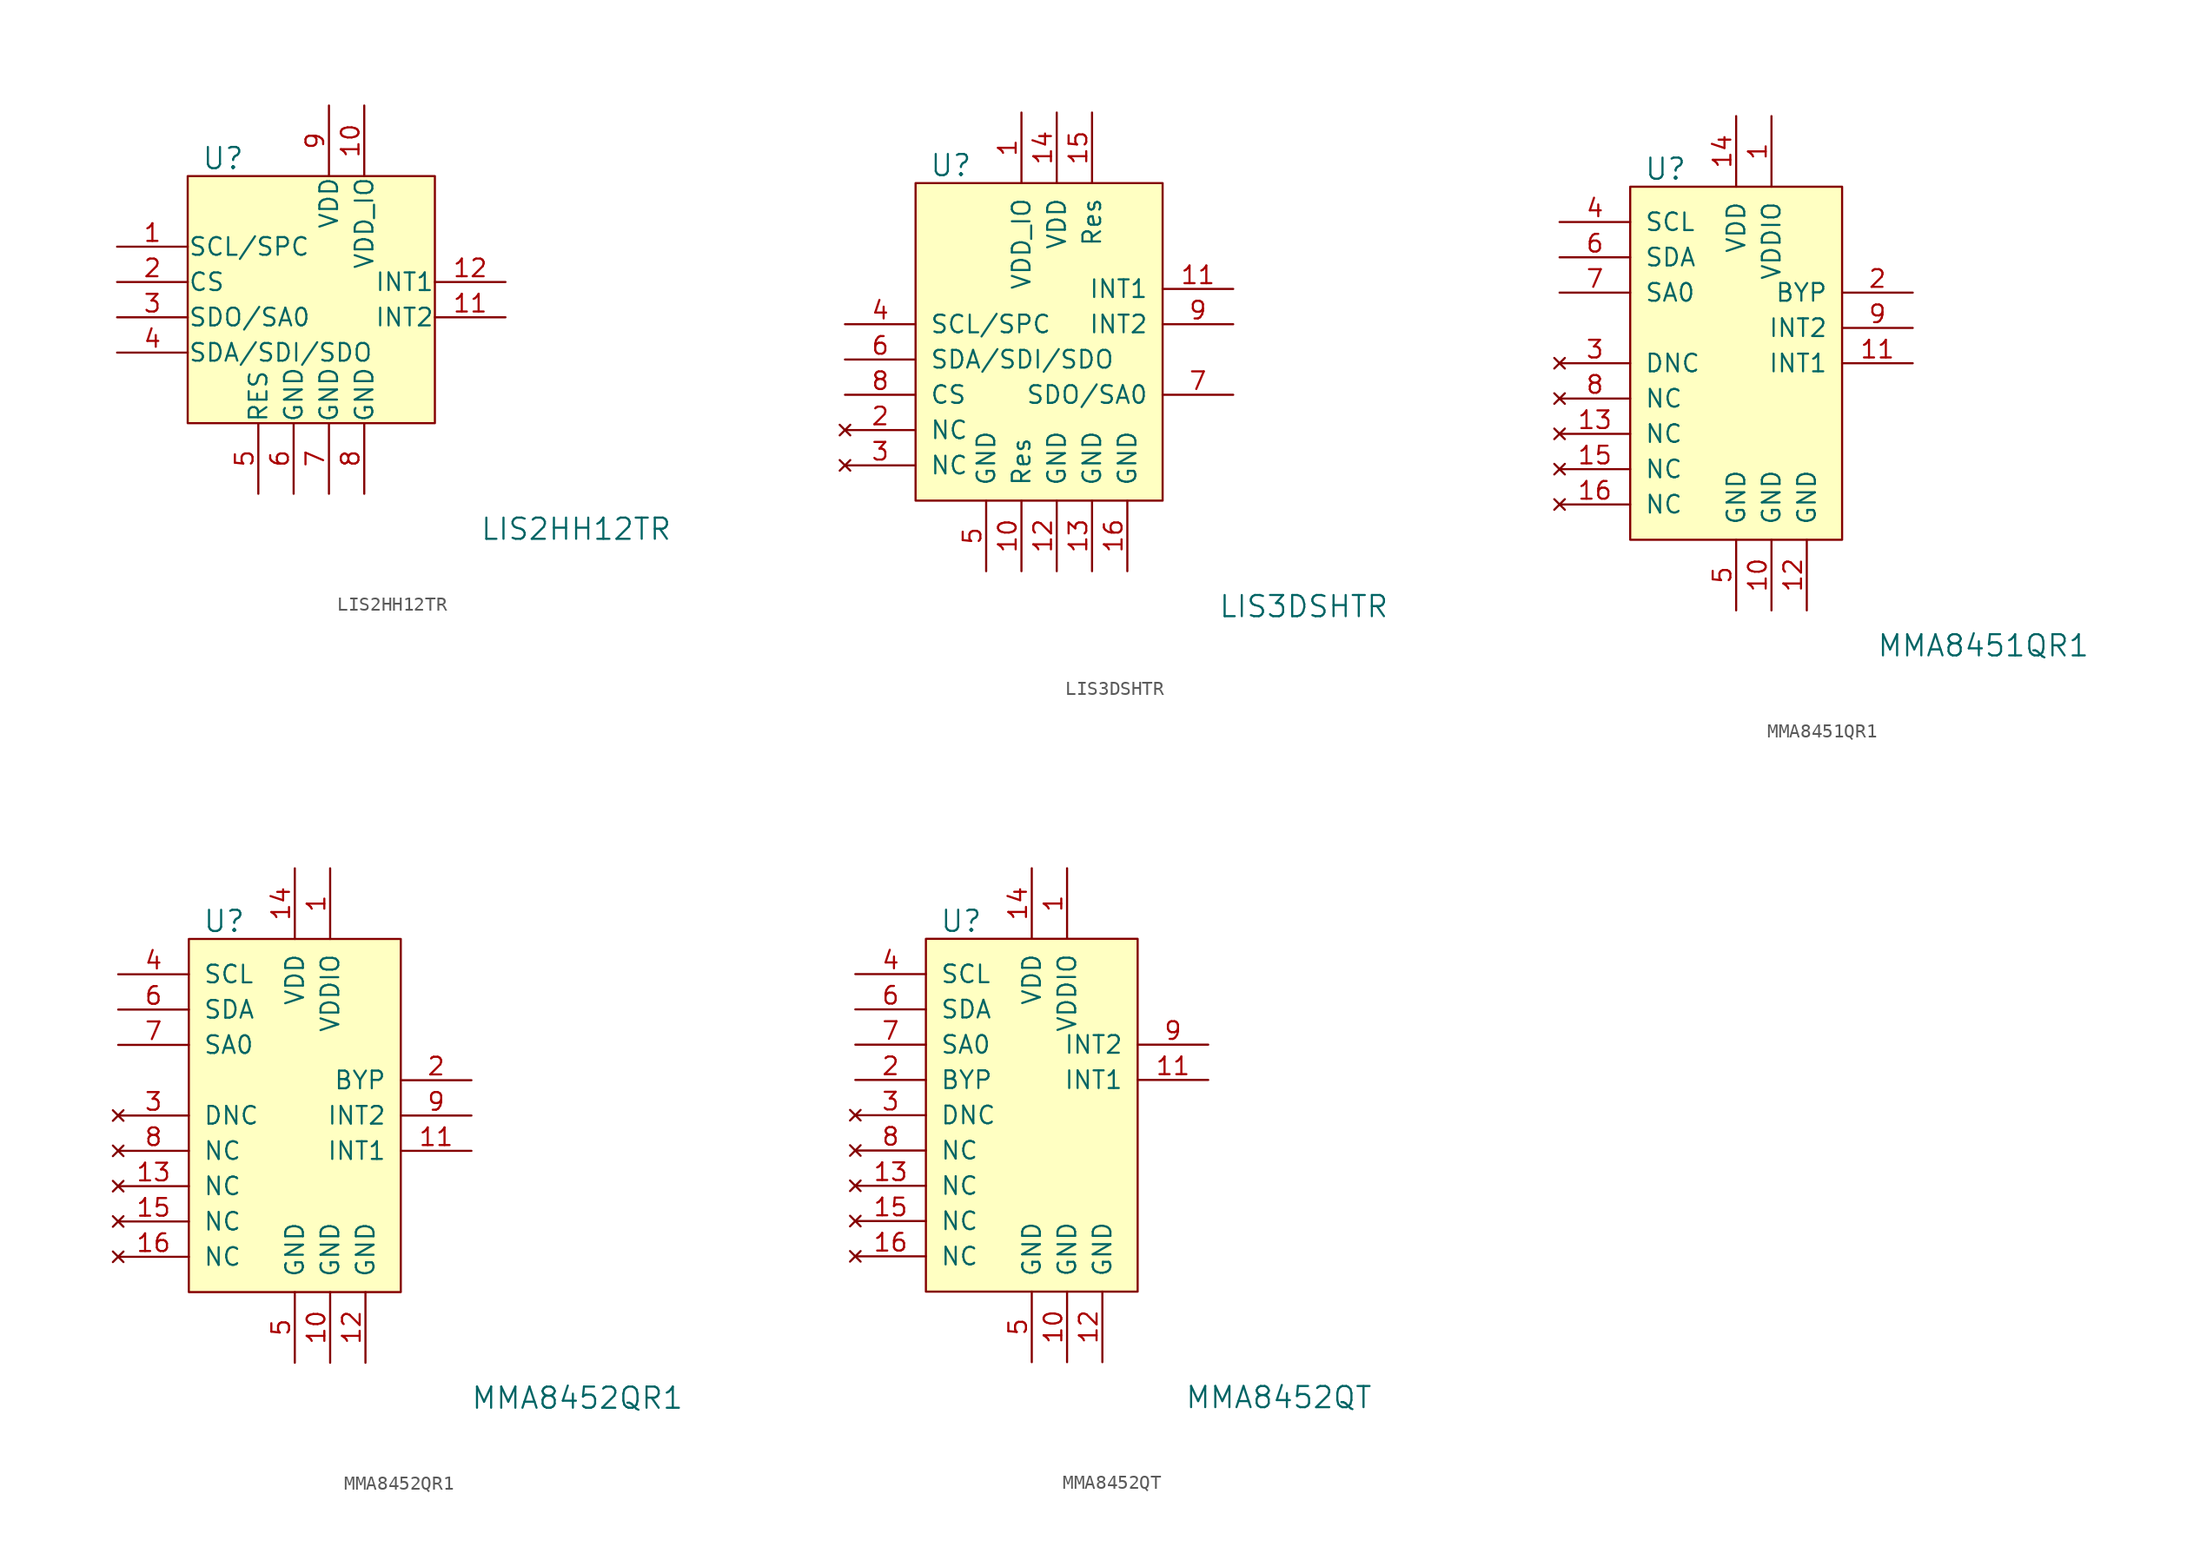
<source format=kicad_sym>
(kicad_symbol_lib
  (version 20231120)
  (generator "kicad_symbol_editor")
  (generator_version "8.0")
  (symbol "LIS2HH12TR"
    (pin_names
      (offset 0.025))
    (property "Reference" "U"
      (at -7.62 8.89 0)
      (effects (font (size 1.524 1.524))))
    (property "Value" "LIS2HH12TR"
      (at 17.78 -17.78 0)
      (effects (font (size 1.524 1.524))))
    (symbol "LIS2HH12TR_0_1"
      (rectangle (start -10.16 7.62) (end 7.62 -10.16) (stroke (width 0) (type default)) (fill (type background))))
    (symbol "LIS2HH12TR_1_1"
      (pin input line (at -15.24 2.54 0) (length 5.08) (name "SCL/SPC" (effects (font (size 1.27 1.27)))) (number "1" (effects (font (size 1.27 1.27)))))
      (pin power_in line (at 2.54 12.7 270) (length 5.08) (name "VDD_IO" (effects (font (size 1.27 1.27)))) (number "10" (effects (font (size 1.27 1.27)))))
      (pin output line (at 12.7 -2.54 180) (length 5.08) (name "INT2" (effects (font (size 1.27 1.27)))) (number "11" (effects (font (size 1.27 1.27)))))
      (pin output line (at 12.7 0 180) (length 5.08) (name "INT1" (effects (font (size 1.27 1.27)))) (number "12" (effects (font (size 1.27 1.27)))))
      (pin input line (at -15.24 0 0) (length 5.08) (name "CS" (effects (font (size 1.27 1.27)))) (number "2" (effects (font (size 1.27 1.27)))))
      (pin bidirectional line (at -15.24 -2.54 0) (length 5.08) (name "SDO/SA0" (effects (font (size 1.27 1.27)))) (number "3" (effects (font (size 1.27 1.27)))))
      (pin bidirectional line (at -15.24 -5.08 0) (length 5.08) (name "SDA/SDI/SDO" (effects (font (size 1.27 1.27)))) (number "4" (effects (font (size 1.27 1.27)))))
      (pin power_in line (at -5.08 -15.24 90) (length 5.08) (name "RES" (effects (font (size 1.27 1.27)))) (number "5" (effects (font (size 1.27 1.27)))))
      (pin power_in line (at -2.54 -15.24 90) (length 5.08) (name "GND" (effects (font (size 1.27 1.27)))) (number "6" (effects (font (size 1.27 1.27)))))
      (pin power_in line (at 0 -15.24 90) (length 5.08) (name "GND" (effects (font (size 1.27 1.27)))) (number "7" (effects (font (size 1.27 1.27)))))
      (pin power_in line (at 2.54 -15.24 90) (length 5.08) (name "GND" (effects (font (size 1.27 1.27)))) (number "8" (effects (font (size 1.27 1.27)))))
      (pin power_in line (at 0 12.7 270) (length 5.08) (name "VDD" (effects (font (size 1.27 1.27)))) (number "9" (effects (font (size 1.27 1.27)))))))
  (symbol "LIS3DSHTR"
    (pin_names
      (offset 1.016))
    (property "Reference" "U"
      (at -7.62 13.97 0)
      (effects (font (size 1.524 1.524))))
    (property "Value" "LIS3DSHTR"
      (at 17.78 -17.78 0)
      (effects (font (size 1.524 1.524))))
    (symbol "LIS3DSHTR_0_1"
      (rectangle (start -10.16 12.7) (end 7.62 -10.16) (stroke (width 0) (type default)) (fill (type background))))
    (symbol "LIS3DSHTR_1_1"
      (pin power_in line (at -2.54 17.78 270) (length 5.08) (name "VDD_IO" (effects (font (size 1.27 1.27)))) (number "1" (effects (font (size 1.27 1.27)))))
      (pin power_in line (at -2.54 -15.24 90) (length 5.08) (name "Res" (effects (font (size 1.27 1.27)))) (number "10" (effects (font (size 1.27 1.27)))))
      (pin output line (at 12.7 5.08 180) (length 5.08) (name "INT1" (effects (font (size 1.27 1.27)))) (number "11" (effects (font (size 1.27 1.27)))))
      (pin power_in line (at 0 -15.24 90) (length 5.08) (name "GND" (effects (font (size 1.27 1.27)))) (number "12" (effects (font (size 1.27 1.27)))))
      (pin power_in line (at 2.54 -15.24 90) (length 5.08) (name "GND" (effects (font (size 1.27 1.27)))) (number "13" (effects (font (size 1.27 1.27)))))
      (pin power_in line (at 0 17.78 270) (length 5.08) (name "VDD" (effects (font (size 1.27 1.27)))) (number "14" (effects (font (size 1.27 1.27)))))
      (pin power_in line (at 2.54 17.78 270) (length 5.08) (name "Res" (effects (font (size 1.27 1.27)))) (number "15" (effects (font (size 1.27 1.27)))))
      (pin power_in line (at 5.08 -15.24 90) (length 5.08) (name "GND" (effects (font (size 1.27 1.27)))) (number "16" (effects (font (size 1.27 1.27)))))
      (pin no_connect line (at -15.24 -5.08 0) (length 5.08) (name "NC" (effects (font (size 1.27 1.27)))) (number "2" (effects (font (size 1.27 1.27)))))
      (pin no_connect line (at -15.24 -7.62 0) (length 5.08) (name "NC" (effects (font (size 1.27 1.27)))) (number "3" (effects (font (size 1.27 1.27)))))
      (pin input line (at -15.24 2.54 0) (length 5.08) (name "SCL/SPC" (effects (font (size 1.27 1.27)))) (number "4" (effects (font (size 1.27 1.27)))))
      (pin power_in line (at -5.08 -15.24 90) (length 5.08) (name "GND" (effects (font (size 1.27 1.27)))) (number "5" (effects (font (size 1.27 1.27)))))
      (pin bidirectional line (at -15.24 0 0) (length 5.08) (name "SDA/SDI/SDO" (effects (font (size 1.27 1.27)))) (number "6" (effects (font (size 1.27 1.27)))))
      (pin output line (at 12.7 -2.54 180) (length 5.08) (name "SDO/SA0" (effects (font (size 1.27 1.27)))) (number "7" (effects (font (size 1.27 1.27)))))
      (pin input line (at -15.24 -2.54 0) (length 5.08) (name "CS" (effects (font (size 1.27 1.27)))) (number "8" (effects (font (size 1.27 1.27)))))
      (pin output line (at 12.7 2.54 180) (length 5.08) (name "INT2" (effects (font (size 1.27 1.27)))) (number "9" (effects (font (size 1.27 1.27)))))))
  (symbol "MMA8451QR1"
    (pin_names
      (offset 1.016))
    (property "Reference" "U"
      (at -5.08 13.97 0)
      (effects (font (size 1.524 1.524))))
    (property "Value" "MMA8451QR1"
      (at 17.78 -20.32 0)
      (effects (font (size 1.524 1.524))))
    (symbol "MMA8451QR1_0_1"
      (rectangle (start -7.62 12.7) (end 7.62 -12.7) (stroke (width 0) (type default)) (fill (type background))))
    (symbol "MMA8451QR1_1_1"
      (pin power_in line (at 2.54 17.78 270) (length 5.08) (name "VDDIO" (effects (font (size 1.27 1.27)))) (number "1" (effects (font (size 1.27 1.27)))))
      (pin power_in line (at 2.54 -17.78 90) (length 5.08) (name "GND" (effects (font (size 1.27 1.27)))) (number "10" (effects (font (size 1.27 1.27)))))
      (pin output line (at 12.7 0 180) (length 5.08) (name "INT1" (effects (font (size 1.27 1.27)))) (number "11" (effects (font (size 1.27 1.27)))))
      (pin power_in line (at 5.08 -17.78 90) (length 5.08) (name "GND" (effects (font (size 1.27 1.27)))) (number "12" (effects (font (size 1.27 1.27)))))
      (pin no_connect line (at -12.7 -5.08 0) (length 5.08) (name "NC" (effects (font (size 1.27 1.27)))) (number "13" (effects (font (size 1.27 1.27)))))
      (pin power_in line (at 0 17.78 270) (length 5.08) (name "VDD" (effects (font (size 1.27 1.27)))) (number "14" (effects (font (size 1.27 1.27)))))
      (pin no_connect line (at -12.7 -7.62 0) (length 5.08) (name "NC" (effects (font (size 1.27 1.27)))) (number "15" (effects (font (size 1.27 1.27)))))
      (pin no_connect line (at -12.7 -10.16 0) (length 5.08) (name "NC" (effects (font (size 1.27 1.27)))) (number "16" (effects (font (size 1.27 1.27)))))
      (pin output line (at 12.7 5.08 180) (length 5.08) (name "BYP" (effects (font (size 1.27 1.27)))) (number "2" (effects (font (size 1.27 1.27)))))
      (pin no_connect line (at -12.7 0 0) (length 5.08) (name "DNC" (effects (font (size 1.27 1.27)))) (number "3" (effects (font (size 1.27 1.27)))))
      (pin bidirectional line (at -12.7 10.16 0) (length 5.08) (name "SCL" (effects (font (size 1.27 1.27)))) (number "4" (effects (font (size 1.27 1.27)))))
      (pin power_in line (at 0 -17.78 90) (length 5.08) (name "GND" (effects (font (size 1.27 1.27)))) (number "5" (effects (font (size 1.27 1.27)))))
      (pin bidirectional line (at -12.7 7.62 0) (length 5.08) (name "SDA" (effects (font (size 1.27 1.27)))) (number "6" (effects (font (size 1.27 1.27)))))
      (pin bidirectional line (at -12.7 5.08 0) (length 5.08) (name "SA0" (effects (font (size 1.27 1.27)))) (number "7" (effects (font (size 1.27 1.27)))))
      (pin no_connect line (at -12.7 -2.54 0) (length 5.08) (name "NC" (effects (font (size 1.27 1.27)))) (number "8" (effects (font (size 1.27 1.27)))))
      (pin output line (at 12.7 2.54 180) (length 5.08) (name "INT2" (effects (font (size 1.27 1.27)))) (number "9" (effects (font (size 1.27 1.27)))))))
  (symbol "MMA8452QR1"
    (pin_names
      (offset 1.016))
    (property "Reference" "U"
      (at -5.08 13.97 0)
      (effects (font (size 1.524 1.524))))
    (property "Value" "MMA8452QR1"
      (at 20.32 -20.32 0)
      (effects (font (size 1.524 1.524))))
    (symbol "MMA8452QR1_0_1"
      (rectangle (start -7.62 12.7) (end 7.62 -12.7) (stroke (width 0) (type default)) (fill (type background))))
    (symbol "MMA8452QR1_1_1"
      (pin power_in line (at 2.54 17.78 270) (length 5.08) (name "VDDIO" (effects (font (size 1.27 1.27)))) (number "1" (effects (font (size 1.27 1.27)))))
      (pin power_in line (at 2.54 -17.78 90) (length 5.08) (name "GND" (effects (font (size 1.27 1.27)))) (number "10" (effects (font (size 1.27 1.27)))))
      (pin output line (at 12.7 -2.54 180) (length 5.08) (name "INT1" (effects (font (size 1.27 1.27)))) (number "11" (effects (font (size 1.27 1.27)))))
      (pin power_in line (at 5.08 -17.78 90) (length 5.08) (name "GND" (effects (font (size 1.27 1.27)))) (number "12" (effects (font (size 1.27 1.27)))))
      (pin no_connect line (at -12.7 -5.08 0) (length 5.08) (name "NC" (effects (font (size 1.27 1.27)))) (number "13" (effects (font (size 1.27 1.27)))))
      (pin power_in line (at 0 17.78 270) (length 5.08) (name "VDD" (effects (font (size 1.27 1.27)))) (number "14" (effects (font (size 1.27 1.27)))))
      (pin no_connect line (at -12.7 -7.62 0) (length 5.08) (name "NC" (effects (font (size 1.27 1.27)))) (number "15" (effects (font (size 1.27 1.27)))))
      (pin no_connect line (at -12.7 -10.16 0) (length 5.08) (name "NC" (effects (font (size 1.27 1.27)))) (number "16" (effects (font (size 1.27 1.27)))))
      (pin output line (at 12.7 2.54 180) (length 5.08) (name "BYP" (effects (font (size 1.27 1.27)))) (number "2" (effects (font (size 1.27 1.27)))))
      (pin no_connect line (at -12.7 0 0) (length 5.08) (name "DNC" (effects (font (size 1.27 1.27)))) (number "3" (effects (font (size 1.27 1.27)))))
      (pin bidirectional line (at -12.7 10.16 0) (length 5.08) (name "SCL" (effects (font (size 1.27 1.27)))) (number "4" (effects (font (size 1.27 1.27)))))
      (pin power_in line (at 0 -17.78 90) (length 5.08) (name "GND" (effects (font (size 1.27 1.27)))) (number "5" (effects (font (size 1.27 1.27)))))
      (pin bidirectional line (at -12.7 7.62 0) (length 5.08) (name "SDA" (effects (font (size 1.27 1.27)))) (number "6" (effects (font (size 1.27 1.27)))))
      (pin bidirectional line (at -12.7 5.08 0) (length 5.08) (name "SA0" (effects (font (size 1.27 1.27)))) (number "7" (effects (font (size 1.27 1.27)))))
      (pin no_connect line (at -12.7 -2.54 0) (length 5.08) (name "NC" (effects (font (size 1.27 1.27)))) (number "8" (effects (font (size 1.27 1.27)))))
      (pin power_out line (at 12.7 0 180) (length 5.08) (name "INT2" (effects (font (size 1.27 1.27)))) (number "9" (effects (font (size 1.27 1.27)))))))
  (symbol "MMA8452QT"
    (pin_names
      (offset 1.016))
    (property "Reference" "U"
      (at -5.08 13.97 0)
      (effects (font (size 1.524 1.524))))
    (property "Value" "MMA8452QT"
      (at 17.78 -20.32 0)
      (effects (font (size 1.524 1.524))))
    (symbol "MMA8452QT_0_1"
      (rectangle (start -7.62 12.7) (end 7.62 -12.7) (stroke (width 0) (type default)) (fill (type background))))
    (symbol "MMA8452QT_1_1"
      (pin power_in line (at 2.54 17.78 270) (length 5.08) (name "VDDIO" (effects (font (size 1.27 1.27)))) (number "1" (effects (font (size 1.27 1.27)))))
      (pin power_in line (at 2.54 -17.78 90) (length 5.08) (name "GND" (effects (font (size 1.27 1.27)))) (number "10" (effects (font (size 1.27 1.27)))))
      (pin input line (at 12.7 2.54 180) (length 5.08) (name "INT1" (effects (font (size 1.27 1.27)))) (number "11" (effects (font (size 1.27 1.27)))))
      (pin power_in line (at 5.08 -17.78 90) (length 5.08) (name "GND" (effects (font (size 1.27 1.27)))) (number "12" (effects (font (size 1.27 1.27)))))
      (pin no_connect line (at -12.7 -5.08 0) (length 5.08) (name "NC" (effects (font (size 1.27 1.27)))) (number "13" (effects (font (size 1.27 1.27)))))
      (pin power_in line (at 0 17.78 270) (length 5.08) (name "VDD" (effects (font (size 1.27 1.27)))) (number "14" (effects (font (size 1.27 1.27)))))
      (pin no_connect line (at -12.7 -7.62 0) (length 5.08) (name "NC" (effects (font (size 1.27 1.27)))) (number "15" (effects (font (size 1.27 1.27)))))
      (pin no_connect line (at -12.7 -10.16 0) (length 5.08) (name "NC" (effects (font (size 1.27 1.27)))) (number "16" (effects (font (size 1.27 1.27)))))
      (pin unspecified line (at -12.7 2.54 0) (length 5.08) (name "BYP" (effects (font (size 1.27 1.27)))) (number "2" (effects (font (size 1.27 1.27)))))
      (pin no_connect line (at -12.7 0 0) (length 5.08) (name "DNC" (effects (font (size 1.27 1.27)))) (number "3" (effects (font (size 1.27 1.27)))))
      (pin bidirectional line (at -12.7 10.16 0) (length 5.08) (name "SCL" (effects (font (size 1.27 1.27)))) (number "4" (effects (font (size 1.27 1.27)))))
      (pin power_in line (at 0 -17.78 90) (length 5.08) (name "GND" (effects (font (size 1.27 1.27)))) (number "5" (effects (font (size 1.27 1.27)))))
      (pin bidirectional line (at -12.7 7.62 0) (length 5.08) (name "SDA" (effects (font (size 1.27 1.27)))) (number "6" (effects (font (size 1.27 1.27)))))
      (pin bidirectional line (at -12.7 5.08 0) (length 5.08) (name "SA0" (effects (font (size 1.27 1.27)))) (number "7" (effects (font (size 1.27 1.27)))))
      (pin no_connect line (at -12.7 -2.54 0) (length 5.08) (name "NC" (effects (font (size 1.27 1.27)))) (number "8" (effects (font (size 1.27 1.27)))))
      (pin input line (at 12.7 5.08 180) (length 5.08) (name "INT2" (effects (font (size 1.27 1.27)))) (number "9" (effects (font (size 1.27 1.27))))))))
</source>
